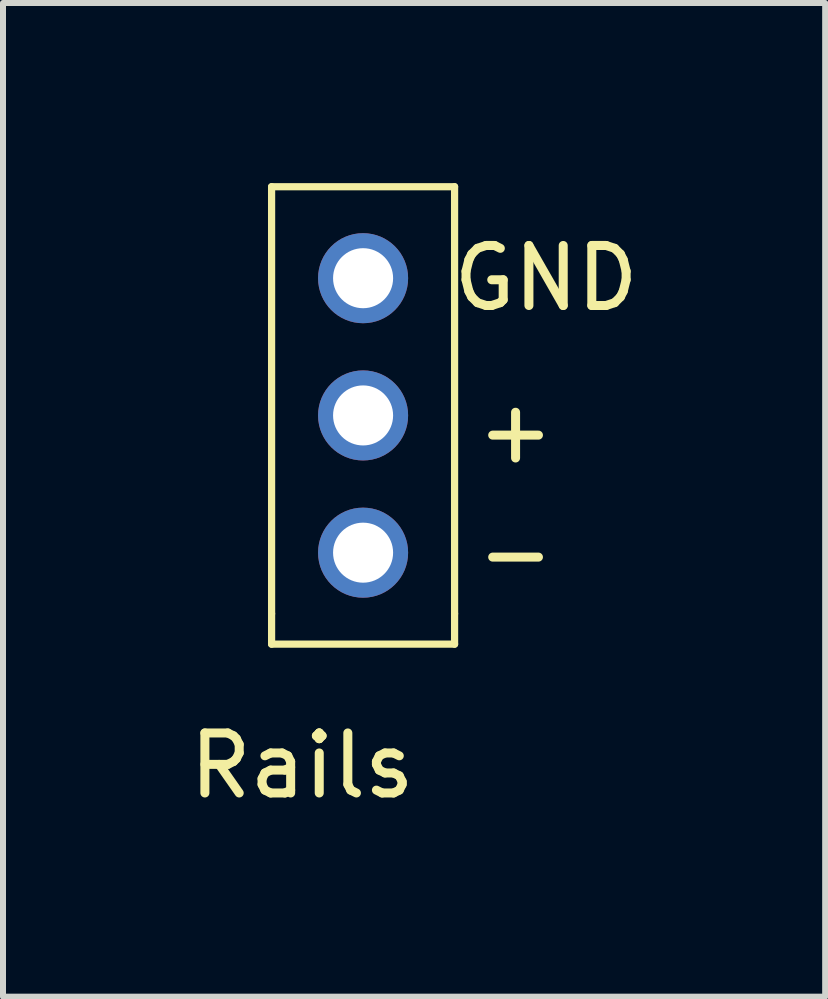
<source format=kicad_pcb>
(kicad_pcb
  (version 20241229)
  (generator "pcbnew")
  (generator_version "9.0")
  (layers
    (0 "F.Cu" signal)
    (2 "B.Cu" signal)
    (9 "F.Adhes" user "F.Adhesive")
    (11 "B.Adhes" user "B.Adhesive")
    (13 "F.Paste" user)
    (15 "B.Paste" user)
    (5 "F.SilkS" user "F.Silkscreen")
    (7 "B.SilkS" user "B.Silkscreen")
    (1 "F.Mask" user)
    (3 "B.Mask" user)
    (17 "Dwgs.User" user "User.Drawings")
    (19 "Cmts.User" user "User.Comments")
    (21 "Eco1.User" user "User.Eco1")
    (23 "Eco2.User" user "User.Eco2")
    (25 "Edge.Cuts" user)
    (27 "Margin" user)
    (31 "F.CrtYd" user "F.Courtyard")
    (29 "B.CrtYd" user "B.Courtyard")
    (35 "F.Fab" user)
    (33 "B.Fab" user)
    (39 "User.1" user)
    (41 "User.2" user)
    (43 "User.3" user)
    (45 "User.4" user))
  (footprint "Rails"
    (layer "F.Cu")
    (at 1.982 9.204)
    (property "Reference" "Rails" (at 0 0.5 0) (layer "F.SilkS") (effects (font (size 1 1) (thickness 0.15))))
    (attr through_hole)
    (fp_line (start -0.508 -9.144) (end -0.508 -2.032) (stroke (width 0.12) (type solid)) (layer "F.SilkS"))
    (fp_line (start -0.508 -2.032) (end -0.508 -1.524) (stroke (width 0.12) (type solid)) (layer "F.SilkS"))
    (fp_line (start -0.508 -1.524) (end 2.54 -1.524) (stroke (width 0.12) (type solid)) (layer "F.SilkS"))
    (fp_line (start 2.54 -9.144) (end -0.508 -9.144) (stroke (width 0.12) (type solid)) (layer "F.SilkS"))
    (fp_line (start 2.54 -2.032) (end 2.54 -9.144) (stroke (width 0.12) (type solid)) (layer "F.SilkS"))
    (fp_line (start 2.54 -1.524) (end 2.54 -2.032) (stroke (width 0.12) (type solid)) (layer "F.SilkS"))
    (fp_text user "GND" (at 4.064 -7.62 0) (layer "F.SilkS") (effects (font (size 1 1) (thickness 0.15))))
    (fp_text user "-" (at 3.556 -3.048 0) (layer "F.SilkS") (effects (font (size 1 1) (thickness 0.15))))
    (fp_text user "+" (at 3.556 -5.08 0) (layer "F.SilkS") (effects (font (size 1 1) (thickness 0.15))))
    (pad "1" thru_hole circle (at 1.016 -7.62) (size 1.5 1.5) (drill 1) (layers "*.Cu" "*.Mask"))
    (pad "2" thru_hole circle (at 1.016 -5.334) (size 1.5 1.5) (drill 1) (layers "*.Cu" "*.Mask"))
    (pad "3" thru_hole circle (at 1.016 -3.048) (size 1.5 1.5) (drill 1) (layers "*.Cu" "*.Mask")))
  (gr_rect
    (start -3 -3)
    (end 10.695 13.552)
    (stroke (width 0.1) (type default))
    (fill no)
    (layer "Edge.Cuts")))
</source>
